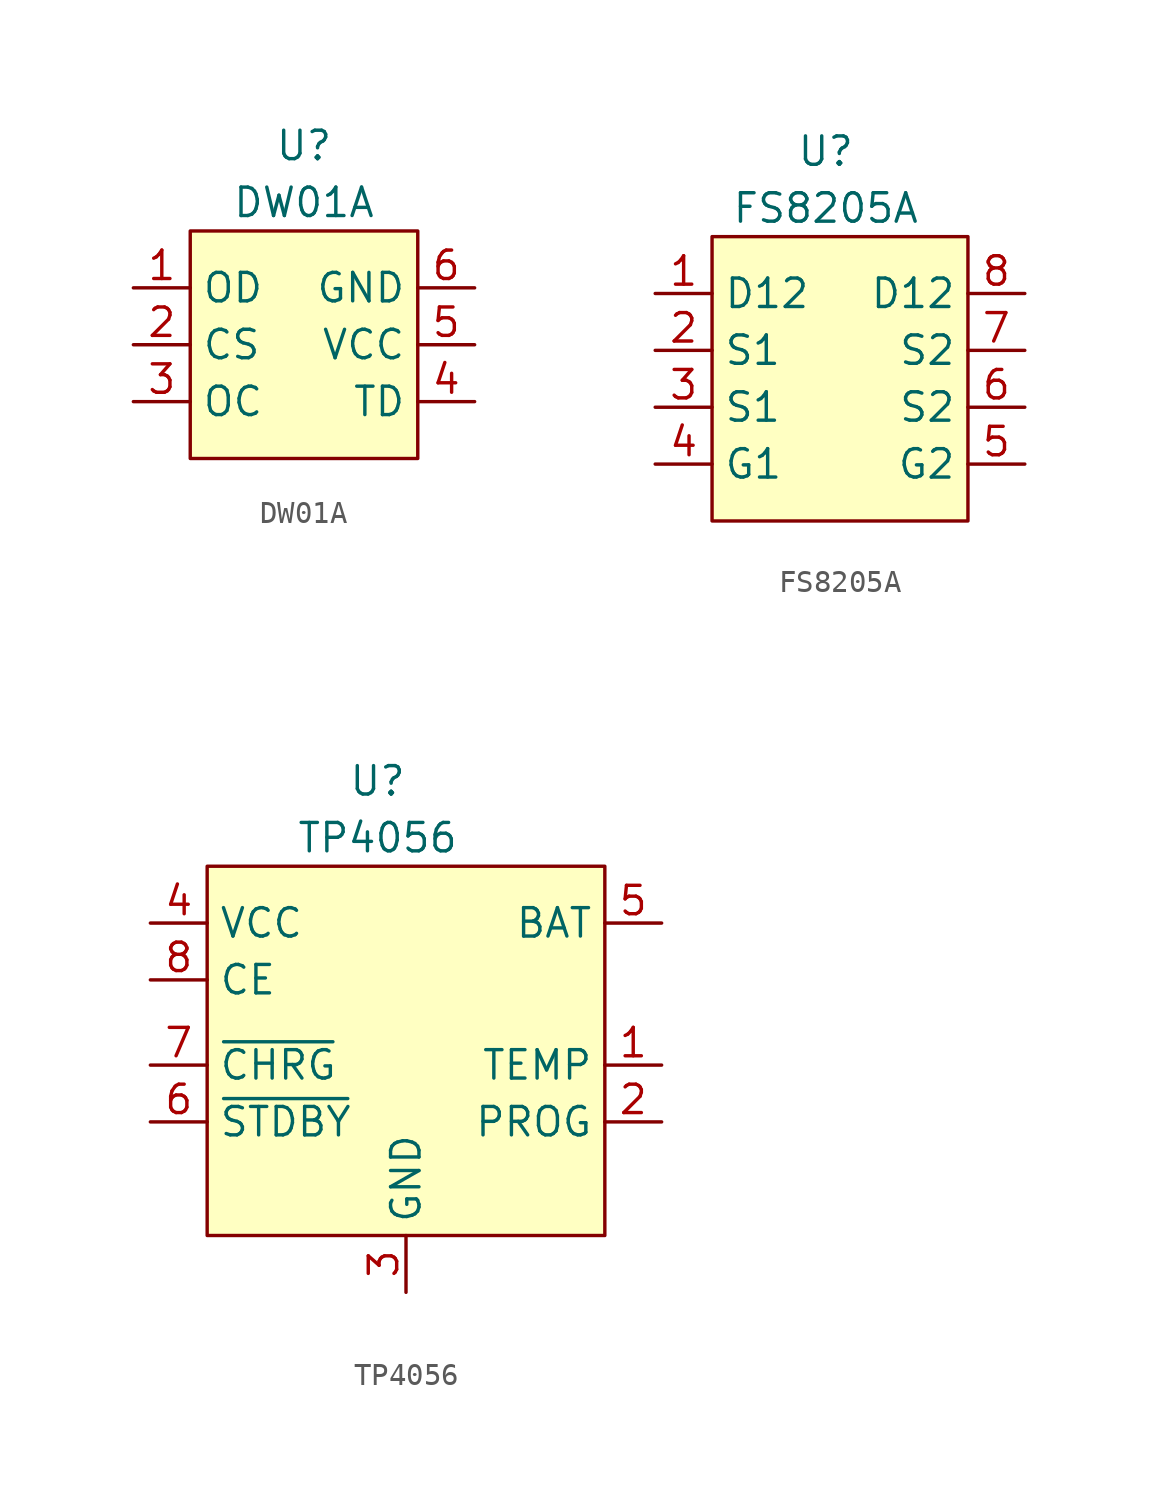
<source format=kicad_sym>
(kicad_symbol_lib
  (version 20211014)
  (generator kicad_symbol_editor)
  (symbol "DW01A"
    (property "Reference" "U"
      (at 0 8.89 0)
      (effects (font (size 1.27 1.27))))
    (property "Value" "DW01A"
      (at 0 6.35 0)
      (effects (font (size 1.27 1.27))))
    (symbol "DW01A_0_1"
      (rectangle (start -5.08 5.08) (end 5.08 -5.08) (stroke (width 0.152) (type default) (color 0 0 0 0)) (fill (type background))))
    (symbol "DW01A_1_1"
      (pin input line (at -7.62 2.54 0) (length 2.54) (name "OD" (effects (font (size 1.27 1.27)))) (number "1" (effects (font (size 1.27 1.27)))))
      (pin input line (at -7.62 0 0) (length 2.54) (name "CS" (effects (font (size 1.27 1.27)))) (number "2" (effects (font (size 1.27 1.27)))))
      (pin input line (at -7.62 -2.54 0) (length 2.54) (name "OC" (effects (font (size 1.27 1.27)))) (number "3" (effects (font (size 1.27 1.27)))))
      (pin output line (at 7.62 -2.54 180) (length 2.54) (name "TD" (effects (font (size 1.27 1.27)))) (number "4" (effects (font (size 1.27 1.27)))))
      (pin power_in line (at 7.62 0 180) (length 2.54) (name "VCC" (effects (font (size 1.27 1.27)))) (number "5" (effects (font (size 1.27 1.27)))))
      (pin power_in line (at 7.62 2.54 180) (length 2.54) (name "GND" (effects (font (size 1.27 1.27)))) (number "6" (effects (font (size 1.27 1.27)))))))
  (symbol "FS8205A"
    (property "Reference" "U"
      (at 0 10.16 0)
      (effects (font (size 1.27 1.27))))
    (property "Value" "FS8205A"
      (at 0 7.62 0)
      (effects (font (size 1.27 1.27))))
    (symbol "FS8205A_0_1"
      (rectangle (start -5.08 6.35) (end 6.35 -6.35) (stroke (width 0.152) (type default) (color 0 0 0 0)) (fill (type background))))
    (symbol "FS8205A_1_1"
      (pin output line (at -7.62 3.81 0) (length 2.54) (name "D12" (effects (font (size 1.27 1.27)))) (number "1" (effects (font (size 1.27 1.27)))))
      (pin output line (at -7.62 1.27 0) (length 2.54) (name "S1" (effects (font (size 1.27 1.27)))) (number "2" (effects (font (size 1.27 1.27)))))
      (pin output line (at -7.62 -1.27 0) (length 2.54) (name "S1" (effects (font (size 1.27 1.27)))) (number "3" (effects (font (size 1.27 1.27)))))
      (pin input line (at -7.62 -3.81 0) (length 2.54) (name "G1" (effects (font (size 1.27 1.27)))) (number "4" (effects (font (size 1.27 1.27)))))
      (pin input line (at 8.89 -3.81 180) (length 2.54) (name "G2" (effects (font (size 1.27 1.27)))) (number "5" (effects (font (size 1.27 1.27)))))
      (pin output line (at 8.89 -1.27 180) (length 2.54) (name "S2" (effects (font (size 1.27 1.27)))) (number "6" (effects (font (size 1.27 1.27)))))
      (pin output line (at 8.89 1.27 180) (length 2.54) (name "S2" (effects (font (size 1.27 1.27)))) (number "7" (effects (font (size 1.27 1.27)))))
      (pin output line (at 8.89 3.81 180) (length 2.54) (name "D12" (effects (font (size 1.27 1.27)))) (number "8" (effects (font (size 1.27 1.27)))))))
  (symbol "TP4056"
    (property "Reference" "U"
      (at -1.27 11.43 0)
      (effects (font (size 1.27 1.27))))
    (property "Value" "TP4056"
      (at -1.27 8.89 0)
      (effects (font (size 1.27 1.27))))
    (symbol "TP4056_0_1"
      (rectangle (start -8.89 7.62) (end 8.89 -8.89) (stroke (width 0.152) (type default) (color 0 0 0 0)) (fill (type background))))
    (symbol "TP4056_1_1"
      (pin input line (at 11.43 -1.27 180) (length 2.54) (name "TEMP" (effects (font (size 1.27 1.27)))) (number "1" (effects (font (size 1.27 1.27)))))
      (pin input line (at 11.43 -3.81 180) (length 2.54) (name "PROG" (effects (font (size 1.27 1.27)))) (number "2" (effects (font (size 1.27 1.27)))))
      (pin power_in line (at 0 -11.43 90) (length 2.54) (name "GND" (effects (font (size 1.27 1.27)))) (number "3" (effects (font (size 1.27 1.27)))))
      (pin power_in line (at -11.43 5.08 0) (length 2.54) (name "VCC" (effects (font (size 1.27 1.27)))) (number "4" (effects (font (size 1.27 1.27)))))
      (pin output line (at 11.43 5.08 180) (length 2.54) (name "BAT" (effects (font (size 1.27 1.27)))) (number "5" (effects (font (size 1.27 1.27)))))
      (pin output line (at -11.43 -3.81 0) (length 2.54) (name "~{STDBY}" (effects (font (size 1.27 1.27)))) (number "6" (effects (font (size 1.27 1.27)))))
      (pin output line (at -11.43 -1.27 0) (length 2.54) (name "~{CHRG}" (effects (font (size 1.27 1.27)))) (number "7" (effects (font (size 1.27 1.27)))))
      (pin input line (at -11.43 2.54 0) (length 2.54) (name "CE" (effects (font (size 1.27 1.27)))) (number "8" (effects (font (size 1.27 1.27))))))))
</source>
